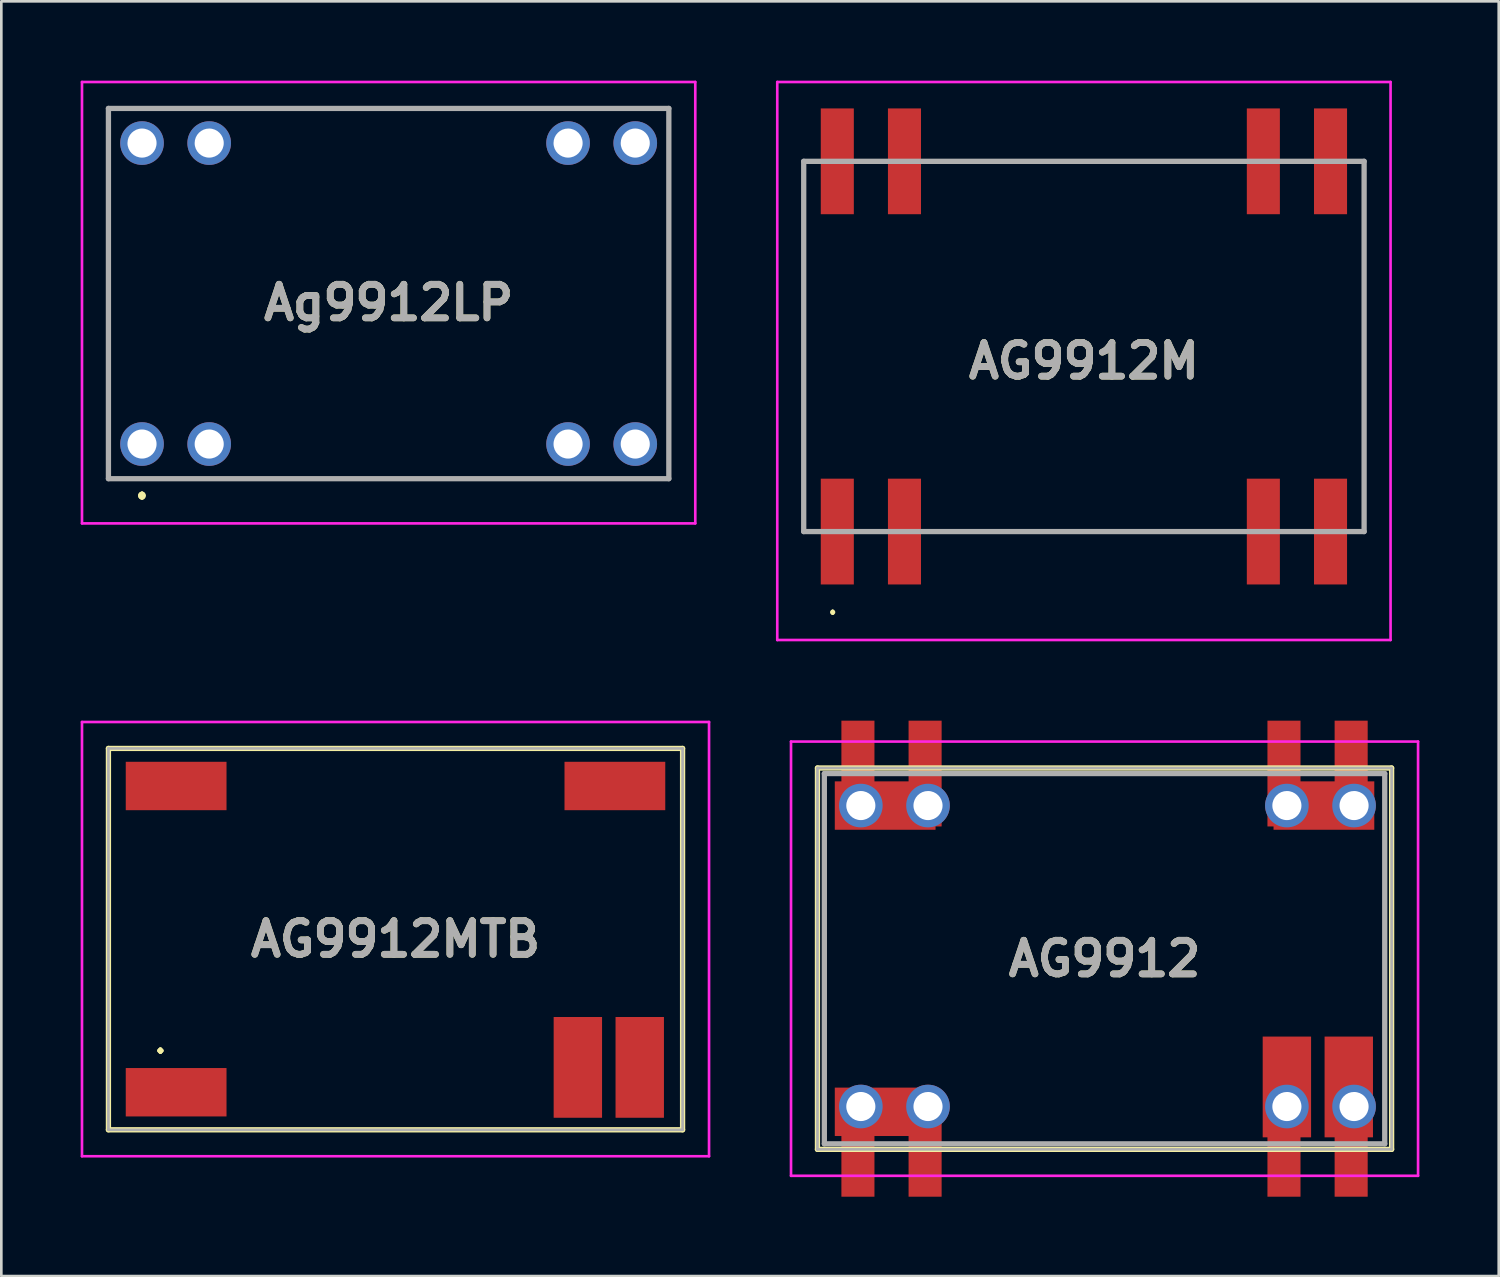
<source format=kicad_pcb>
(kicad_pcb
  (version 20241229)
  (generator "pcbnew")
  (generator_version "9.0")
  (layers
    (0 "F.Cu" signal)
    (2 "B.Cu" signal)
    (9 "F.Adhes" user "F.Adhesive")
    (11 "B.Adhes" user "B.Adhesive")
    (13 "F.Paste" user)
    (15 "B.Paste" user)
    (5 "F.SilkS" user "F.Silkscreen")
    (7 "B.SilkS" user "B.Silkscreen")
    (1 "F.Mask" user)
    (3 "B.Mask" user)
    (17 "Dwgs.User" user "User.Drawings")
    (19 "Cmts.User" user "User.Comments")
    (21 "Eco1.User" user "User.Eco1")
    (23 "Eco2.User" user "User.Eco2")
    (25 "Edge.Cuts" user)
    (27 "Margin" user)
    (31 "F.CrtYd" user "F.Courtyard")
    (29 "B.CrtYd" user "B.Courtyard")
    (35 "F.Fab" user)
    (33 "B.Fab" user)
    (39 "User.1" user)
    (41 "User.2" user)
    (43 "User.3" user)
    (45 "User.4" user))
  (footprint "Ag9912LP"
    (layer "F.Cu")
    (at 2.32 13.74)
    (property "Reference" "Ag9912LP" (at 9.325 -5.345 0) (layer "F.SilkS") (effects (font (size 1.27 1.27) (thickness 0.254))))
    (attr through_hole)
    (fp_line (start -1.27 -12.69) (end -1.27 -12.69) (stroke (width 0.1) (type solid)) (layer "F.SilkS"))
    (fp_line (start -1.27 -12.69) (end -1.27 -12.25) (stroke (width 0.1) (type solid)) (layer "F.SilkS"))
    (fp_line (start -1.27 -12.25) (end -1.27 -12.69) (stroke (width 0.1) (type solid)) (layer "F.SilkS"))
    (fp_line (start -1.27 -12.25) (end -1.27 -12.25) (stroke (width 0.1) (type solid)) (layer "F.SilkS"))
    (fp_line (start -1.27 -10.5) (end -1.27 -10.5) (stroke (width 0.1) (type solid)) (layer "F.SilkS"))
    (fp_line (start -1.27 -10.5) (end -1.27 -1) (stroke (width 0.1) (type solid)) (layer "F.SilkS"))
    (fp_line (start -1.27 -1) (end -1.27 -10.5) (stroke (width 0.1) (type solid)) (layer "F.SilkS"))
    (fp_line (start -1.27 -1) (end -1.27 -1) (stroke (width 0.1) (type solid)) (layer "F.SilkS"))
    (fp_line (start -1.27 1) (end -1.27 1) (stroke (width 0.1) (type solid)) (layer "F.SilkS"))
    (fp_line (start -1.27 1) (end -1.27 1.31) (stroke (width 0.1) (type solid)) (layer "F.SilkS"))
    (fp_line (start -1.27 1.31) (end -1.27 1) (stroke (width 0.1) (type solid)) (layer "F.SilkS"))
    (fp_line (start -1.27 1.31) (end -1.27 1.31) (stroke (width 0.1) (type solid)) (layer "F.SilkS"))
    (fp_line (start -1.27 1.31) (end -1.27 1.31) (stroke (width 0.1) (type solid)) (layer "F.SilkS"))
    (fp_line (start -1.27 1.31) (end -0.75 1.31) (stroke (width 0.1) (type solid)) (layer "F.SilkS"))
    (fp_line (start -1.25 -12.69) (end -1.25 -12.69) (stroke (width 0.1) (type solid)) (layer "F.SilkS"))
    (fp_line (start -1.25 -12.69) (end -1 -12.69) (stroke (width 0.1) (type solid)) (layer "F.SilkS"))
    (fp_line (start -1 -12.69) (end -1.25 -12.69) (stroke (width 0.1) (type solid)) (layer "F.SilkS"))
    (fp_line (start -1 -12.69) (end -1 -12.69) (stroke (width 0.1) (type solid)) (layer "F.SilkS"))
    (fp_line (start -0.75 1.31) (end -1.27 1.31) (stroke (width 0.1) (type solid)) (layer "F.SilkS"))
    (fp_line (start -0.75 1.31) (end -0.75 1.31) (stroke (width 0.1) (type solid)) (layer "F.SilkS"))
    (fp_line (start 0 1.9) (end 0 1.9) (stroke (width 0.2) (type solid)) (layer "F.SilkS"))
    (fp_line (start 0 1.9) (end 0 1.9) (stroke (width 0.2) (type solid)) (layer "F.SilkS"))
    (fp_line (start 0 2) (end 0 2) (stroke (width 0.2) (type solid)) (layer "F.SilkS"))
    (fp_line (start 1 -12.69) (end 1 -12.69) (stroke (width 0.1) (type solid)) (layer "F.SilkS"))
    (fp_line (start 1 -12.69) (end 1.75 -12.69) (stroke (width 0.1) (type solid)) (layer "F.SilkS"))
    (fp_line (start 1 1.31) (end 1 1.31) (stroke (width 0.1) (type solid)) (layer "F.SilkS"))
    (fp_line (start 1 1.31) (end 1.5 1.31) (stroke (width 0.1) (type solid)) (layer "F.SilkS"))
    (fp_line (start 1.5 1.31) (end 1 1.31) (stroke (width 0.1) (type solid)) (layer "F.SilkS"))
    (fp_line (start 1.5 1.31) (end 1.5 1.31) (stroke (width 0.1) (type solid)) (layer "F.SilkS"))
    (fp_line (start 1.75 -12.69) (end 1 -12.69) (stroke (width 0.1) (type solid)) (layer "F.SilkS"))
    (fp_line (start 1.75 -12.69) (end 1.75 -12.69) (stroke (width 0.1) (type solid)) (layer "F.SilkS"))
    (fp_line (start 3.25 -12.69) (end 3.25 -12.69) (stroke (width 0.1) (type solid)) (layer "F.SilkS"))
    (fp_line (start 3.25 -12.69) (end 15.25 -12.69) (stroke (width 0.1) (type solid)) (layer "F.SilkS"))
    (fp_line (start 3.75 1.31) (end 3.75 1.31) (stroke (width 0.1) (type solid)) (layer "F.SilkS"))
    (fp_line (start 3.75 1.31) (end 15.25 1.31) (stroke (width 0.1) (type solid)) (layer "F.SilkS"))
    (fp_line (start 15.25 -12.69) (end 3.25 -12.69) (stroke (width 0.1) (type solid)) (layer "F.SilkS"))
    (fp_line (start 15.25 -12.69) (end 15.25 -12.69) (stroke (width 0.1) (type solid)) (layer "F.SilkS"))
    (fp_line (start 15.25 1.31) (end 3.75 1.31) (stroke (width 0.1) (type solid)) (layer "F.SilkS"))
    (fp_line (start 15.25 1.31) (end 15.25 1.31) (stroke (width 0.1) (type solid)) (layer "F.SilkS"))
    (fp_line (start 17 -12.69) (end 17 -12.69) (stroke (width 0.1) (type solid)) (layer "F.SilkS"))
    (fp_line (start 17 -12.69) (end 17.75 -12.69) (stroke (width 0.1) (type solid)) (layer "F.SilkS"))
    (fp_line (start 17.25 1.31) (end 17.25 1.31) (stroke (width 0.1) (type solid)) (layer "F.SilkS"))
    (fp_line (start 17.25 1.31) (end 17.5 1.31) (stroke (width 0.1) (type solid)) (layer "F.SilkS"))
    (fp_line (start 17.5 1.31) (end 17.25 1.31) (stroke (width 0.1) (type solid)) (layer "F.SilkS"))
    (fp_line (start 17.5 1.31) (end 17.5 1.31) (stroke (width 0.1) (type solid)) (layer "F.SilkS"))
    (fp_line (start 17.75 -12.69) (end 17 -12.69) (stroke (width 0.1) (type solid)) (layer "F.SilkS"))
    (fp_line (start 17.75 -12.69) (end 17.75 -12.69) (stroke (width 0.1) (type solid)) (layer "F.SilkS"))
    (fp_line (start 19.5 -12.69) (end 19.5 -12.69) (stroke (width 0.1) (type solid)) (layer "F.SilkS"))
    (fp_line (start 19.5 -12.69) (end 19.92 -12.69) (stroke (width 0.1) (type solid)) (layer "F.SilkS"))
    (fp_line (start 19.5 1.31) (end 19.5 1.31) (stroke (width 0.1) (type solid)) (layer "F.SilkS"))
    (fp_line (start 19.5 1.31) (end 19.92 1.31) (stroke (width 0.1) (type solid)) (layer "F.SilkS"))
    (fp_line (start 19.92 -12.69) (end 19.5 -12.69) (stroke (width 0.1) (type solid)) (layer "F.SilkS"))
    (fp_line (start 19.92 -12.69) (end 19.92 -12.69) (stroke (width 0.1) (type solid)) (layer "F.SilkS"))
    (fp_line (start 19.92 -12.69) (end 19.92 -12.69) (stroke (width 0.1) (type solid)) (layer "F.SilkS"))
    (fp_line (start 19.92 -12.69) (end 19.92 -12.25) (stroke (width 0.1) (type solid)) (layer "F.SilkS"))
    (fp_line (start 19.92 -12.25) (end 19.92 -12.69) (stroke (width 0.1) (type solid)) (layer "F.SilkS"))
    (fp_line (start 19.92 -12.25) (end 19.92 -12.25) (stroke (width 0.1) (type solid)) (layer "F.SilkS"))
    (fp_line (start 19.92 -10.5) (end 19.92 -10.5) (stroke (width 0.1) (type solid)) (layer "F.SilkS"))
    (fp_line (start 19.92 -10.5) (end 19.92 -1) (stroke (width 0.1) (type solid)) (layer "F.SilkS"))
    (fp_line (start 19.92 -1) (end 19.92 -10.5) (stroke (width 0.1) (type solid)) (layer "F.SilkS"))
    (fp_line (start 19.92 -1) (end 19.92 -1) (stroke (width 0.1) (type solid)) (layer "F.SilkS"))
    (fp_line (start 19.92 1) (end 19.92 1) (stroke (width 0.1) (type solid)) (layer "F.SilkS"))
    (fp_line (start 19.92 1) (end 19.92 1.31) (stroke (width 0.1) (type solid)) (layer "F.SilkS"))
    (fp_line (start 19.92 1.31) (end 19.5 1.31) (stroke (width 0.1) (type solid)) (layer "F.SilkS"))
    (fp_line (start 19.92 1.31) (end 19.92 1) (stroke (width 0.1) (type solid)) (layer "F.SilkS"))
    (fp_line (start 19.92 1.31) (end 19.92 1.31) (stroke (width 0.1) (type solid)) (layer "F.SilkS"))
    (fp_line (start 19.92 1.31) (end 19.92 1.31) (stroke (width 0.1) (type solid)) (layer "F.SilkS"))
    (fp_arc (start 0 1.9) (mid 0.05 1.95) (end 0 2) (stroke (width 0.2) (type solid)) (layer "F.SilkS"))
    (fp_arc (start 0 2) (mid -0.05 1.95) (end 0 1.9) (stroke (width 0.2) (type solid)) (layer "F.SilkS"))
    (fp_arc (start 0 2) (mid -0.05 1.95) (end 0 1.9) (stroke (width 0.2) (type solid)) (layer "F.SilkS"))
    (fp_line (start -2.27 -13.69) (end 20.92 -13.69) (stroke (width 0.1) (type solid)) (layer "F.CrtYd"))
    (fp_line (start -2.27 3) (end -2.27 -13.69) (stroke (width 0.1) (type solid)) (layer "F.CrtYd"))
    (fp_line (start 20.92 -13.69) (end 20.92 3) (stroke (width 0.1) (type solid)) (layer "F.CrtYd"))
    (fp_line (start 20.92 3) (end -2.27 3) (stroke (width 0.1) (type solid)) (layer "F.CrtYd"))
    (fp_line (start -1.27 -12.69) (end -1.27 1.31) (stroke (width 0.2) (type solid)) (layer "F.Fab"))
    (fp_line (start -1.27 1.31) (end 19.92 1.31) (stroke (width 0.2) (type solid)) (layer "F.Fab"))
    (fp_line (start 19.92 -12.69) (end -1.27 -12.69) (stroke (width 0.2) (type solid)) (layer "F.Fab"))
    (fp_line (start 19.92 1.31) (end 19.92 -12.69) (stroke (width 0.2) (type solid)) (layer "F.Fab"))
    (fp_text user "${REFERENCE}" (at 9.325 -5.345 0) (layer "F.Fab") (effects (font (size 1.27 1.27) (thickness 0.254))))
    (pad "1" thru_hole circle (at 0 0) (size 1.65 1.65) (drill 1.1) (layers "*.Cu" "*.Mask"))
    (pad "2" thru_hole circle (at 2.54 0) (size 1.65 1.65) (drill 1.1) (layers "*.Cu" "*.Mask"))
    (pad "3" thru_hole circle (at 16.11 0) (size 1.65 1.65) (drill 1.1) (layers "*.Cu" "*.Mask"))
    (pad "4" thru_hole circle (at 18.65 0) (size 1.65 1.65) (drill 1.1) (layers "*.Cu" "*.Mask"))
    (pad "5" thru_hole circle (at 18.65 -11.38) (size 1.65 1.65) (drill 1.1) (layers "*.Cu" "*.Mask"))
    (pad "6" thru_hole circle (at 16.11 -11.38) (size 1.65 1.65) (drill 1.1) (layers "*.Cu" "*.Mask"))
    (pad "7" thru_hole circle (at 2.54 -11.38) (size 1.65 1.65) (drill 1.1) (layers "*.Cu" "*.Mask"))
    (pad "8" thru_hole circle (at 0 -11.38) (size 1.65 1.65) (drill 1.1) (layers "*.Cu" "*.Mask")))
  (footprint "AG9912MTB"
    (layer "F.Cu")
    (at 11.905 32.46)
    (property "Reference" "AG9912MTB" (at 0 0 0) (layer "F.SilkS") (effects (font (size 1.27 1.27) (thickness 0.254))))
    (attr smd)
    (fp_line (start -10.855 -7.21) (end 10.855 -7.21) (stroke (width 0.2) (type solid)) (layer "F.SilkS"))
    (fp_line (start -10.855 7.21) (end -10.855 -7.21) (stroke (width 0.2) (type solid)) (layer "F.SilkS"))
    (fp_line (start 10.855 -7.21) (end 10.855 7.21) (stroke (width 0.2) (type solid)) (layer "F.SilkS"))
    (fp_line (start 10.855 7.21) (end -10.855 7.21) (stroke (width 0.2) (type solid)) (layer "F.SilkS"))
    (fp_line (start -11.855 -8.21) (end 11.855 -8.21) (stroke (width 0.1) (type solid)) (layer "F.CrtYd"))
    (fp_line (start -11.855 8.21) (end -11.855 -8.21) (stroke (width 0.1) (type solid)) (layer "F.CrtYd"))
    (fp_line (start 11.855 -8.21) (end 11.855 8.21) (stroke (width 0.1) (type solid)) (layer "F.CrtYd"))
    (fp_line (start 11.855 8.21) (end -11.855 8.21) (stroke (width 0.1) (type solid)) (layer "F.CrtYd"))
    (fp_line (start -10.855 -7.21) (end 10.855 -7.21) (stroke (width 0.1) (type solid)) (layer "F.Fab"))
    (fp_line (start -10.855 7.21) (end -10.855 -7.21) (stroke (width 0.1) (type solid)) (layer "F.Fab"))
    (fp_line (start 10.855 -7.21) (end 10.855 7.21) (stroke (width 0.1) (type solid)) (layer "F.Fab"))
    (fp_line (start 10.855 7.21) (end -10.855 7.21) (stroke (width 0.1) (type solid)) (layer "F.Fab"))
    (fp_text user "." (at -8.89 3.81 0) (unlocked yes) (layer "F.SilkS") (effects (font (size 1 1) (thickness 0.15))))
    (fp_text user "${REFERENCE}" (at 0 0 0) (layer "F.Fab") (effects (font (size 1.27 1.27) (thickness 0.254))))
    (pad "1" smd rect (at -8.295 5.79 90) (size 1.83 3.81) (layers "F.Cu" "F.Mask" "F.Paste"))
    (pad "2" smd rect (at 6.895 4.85) (size 1.83 3.81) (layers "F.Cu" "F.Mask" "F.Paste"))
    (pad "3" smd rect (at 9.235 4.85) (size 1.83 3.81) (layers "F.Cu" "F.Mask" "F.Paste"))
    (pad "4" smd rect (at 8.295 -5.79 90) (size 1.83 3.81) (layers "F.Cu" "F.Mask" "F.Paste"))
    (pad "5" smd rect (at -8.295 -5.79 90) (size 1.83 3.81) (layers "F.Cu" "F.Mask" "F.Paste")))
  (footprint "AG9912"
    (layer "F.Cu")
    (at 38.715 33.2)
    (property "Reference" "AG9912" (at 0 0 0) (layer "F.SilkS") (effects (font (size 1.27 1.27) (thickness 0.254))))
    (attr smd)
    (fp_line (start -10.855 -7.21) (end 10.855 -7.21) (stroke (width 0.2) (type solid)) (layer "F.SilkS"))
    (fp_line (start -10.855 7.21) (end -10.855 -7.21) (stroke (width 0.2) (type solid)) (layer "F.SilkS"))
    (fp_line (start -10.595 7) (end -10.595 -7) (stroke (width 0.1) (type solid)) (layer "F.SilkS"))
    (fp_line (start -5.5 -7) (end 5.5 -7) (stroke (width 0.1) (type solid)) (layer "F.SilkS"))
    (fp_line (start -5.5 7) (end 5.5 7) (stroke (width 0.1) (type solid)) (layer "F.SilkS"))
    (fp_line (start 10.595 -7) (end 10.595 7) (stroke (width 0.1) (type solid)) (layer "F.SilkS"))
    (fp_line (start 10.855 -7.21) (end 10.855 7.21) (stroke (width 0.2) (type solid)) (layer "F.SilkS"))
    (fp_line (start 10.855 7.21) (end -10.855 7.21) (stroke (width 0.2) (type solid)) (layer "F.SilkS"))
    (fp_line (start -11.855 -8.21) (end 11.855 -8.21) (stroke (width 0.1) (type solid)) (layer "F.CrtYd"))
    (fp_line (start -11.855 8.21) (end -11.855 -8.21) (stroke (width 0.1) (type solid)) (layer "F.CrtYd"))
    (fp_line (start 11.855 -8.21) (end 11.855 8.21) (stroke (width 0.1) (type solid)) (layer "F.CrtYd"))
    (fp_line (start 11.855 8.21) (end -11.855 8.21) (stroke (width 0.1) (type solid)) (layer "F.CrtYd"))
    (fp_line (start -10.855 -7.21) (end 10.855 -7.21) (stroke (width 0.1) (type solid)) (layer "F.Fab"))
    (fp_line (start -10.855 7.21) (end -10.855 -7.21) (stroke (width 0.1) (type solid)) (layer "F.Fab"))
    (fp_line (start -10.595 -7) (end 10.595 -7) (stroke (width 0.2) (type solid)) (layer "F.Fab"))
    (fp_line (start -10.595 7) (end -10.595 -7) (stroke (width 0.2) (type solid)) (layer "F.Fab"))
    (fp_line (start 10.595 -7) (end 10.595 7) (stroke (width 0.2) (type solid)) (layer "F.Fab"))
    (fp_line (start 10.595 7) (end -10.595 7) (stroke (width 0.2) (type solid)) (layer "F.Fab"))
    (fp_line (start 10.855 -7.21) (end 10.855 7.21) (stroke (width 0.1) (type solid)) (layer "F.Fab"))
    (fp_line (start 10.855 7.21) (end -10.855 7.21) (stroke (width 0.1) (type solid)) (layer "F.Fab"))
    (fp_text user "${REFERENCE}" (at 0 0 0) (layer "F.Fab") (effects (font (size 1.27 1.27) (thickness 0.254))))
    (pad "1" smd rect (at -9.325 7) (size 1.25 4) (layers "F.Cu" "F.Mask" "F.Paste"))
    (pad "1" thru_hole circle (at -9.215 5.59) (size 1.65 1.65) (drill 1.1) (layers "*.Cu" "*.Mask"))
    (pad "1" smd rect (at -8.295 5.79 90) (size 1.83 3.81) (layers "F.Cu" "F.Mask" "F.Paste"))
    (pad "2" smd rect (at -6.785 7) (size 1.25 4) (layers "F.Cu" "F.Mask" "F.Paste"))
    (pad "2" thru_hole circle (at -6.675 5.59) (size 1.65 1.65) (drill 1.1) (layers "*.Cu" "*.Mask"))
    (pad "2" smd rect (at 6.895 4.85) (size 1.83 3.81) (layers "F.Cu" "F.Mask" "F.Paste"))
    (pad "3" smd rect (at 6.785 7) (size 1.25 4) (layers "F.Cu" "F.Mask" "F.Paste"))
    (pad "3" thru_hole circle (at 6.895 5.59) (size 1.65 1.65) (drill 1.1) (layers "*.Cu" "*.Mask"))
    (pad "3" smd rect (at 9.235 4.85) (size 1.83 3.81) (layers "F.Cu" "F.Mask" "F.Paste"))
    (pad "4" smd rect (at 8.295 -5.79 90) (size 1.83 3.81) (layers "F.Cu" "F.Mask" "F.Paste"))
    (pad "4" smd rect (at 9.325 7) (size 1.25 4) (layers "F.Cu" "F.Mask" "F.Paste"))
    (pad "4" thru_hole circle (at 9.435 5.59) (size 1.65 1.65) (drill 1.1) (layers "*.Cu" "*.Mask"))
    (pad "5" smd rect (at -8.295 -5.79 90) (size 1.83 3.81) (layers "F.Cu" "F.Mask" "F.Paste"))
    (pad "5" smd rect (at 9.325 -7) (size 1.25 4) (layers "F.Cu" "F.Mask" "F.Paste"))
    (pad "5" thru_hole circle (at 9.435 -5.79) (size 1.65 1.65) (drill 1.1) (layers "*.Cu" "*.Mask"))
    (pad "6" smd rect (at 6.785 -7) (size 1.25 4) (layers "F.Cu" "F.Mask" "F.Paste"))
    (pad "6" thru_hole circle (at 6.895 -5.79) (size 1.65 1.65) (drill 1.1) (layers "*.Cu" "*.Mask"))
    (pad "7" smd rect (at -6.785 -7) (size 1.25 4) (layers "F.Cu" "F.Mask" "F.Paste"))
    (pad "7" thru_hole circle (at -6.675 -5.79) (size 1.65 1.65) (drill 1.1) (layers "*.Cu" "*.Mask"))
    (pad "8" smd rect (at -9.325 -7) (size 1.25 4) (layers "F.Cu" "F.Mask" "F.Paste"))
    (pad "8" thru_hole circle (at -9.215 -5.79) (size 1.65 1.65) (drill 1.1) (layers "*.Cu" "*.Mask")))
  (footprint "AG9912M"
    (layer "F.Cu")
    (at 37.935 10.05)
    (property "Reference" "AG9912M" (at 0 0.55 0) (layer "F.SilkS") (effects (font (size 1.27 1.27) (thickness 0.254))))
    (attr smd)
    (fp_line (start -10.595 7) (end -10.595 -7) (stroke (width 0.1) (type solid)) (layer "F.SilkS"))
    (fp_line (start -9.5 10) (end -9.5 10) (stroke (width 0.1) (type solid)) (layer "F.SilkS"))
    (fp_line (start -9.5 10.1) (end -9.5 10.1) (stroke (width 0.1) (type solid)) (layer "F.SilkS"))
    (fp_line (start -5.5 -7) (end 5.5 -7) (stroke (width 0.1) (type solid)) (layer "F.SilkS"))
    (fp_line (start -5.5 7) (end 5.5 7) (stroke (width 0.1) (type solid)) (layer "F.SilkS"))
    (fp_line (start 10.595 -7) (end 10.595 7) (stroke (width 0.1) (type solid)) (layer "F.SilkS"))
    (fp_arc (start -9.5 10) (mid -9.45 10.05) (end -9.5 10.1) (stroke (width 0.1) (type solid)) (layer "F.SilkS"))
    (fp_arc (start -9.5 10.1) (mid -9.55 10.05) (end -9.5 10) (stroke (width 0.1) (type solid)) (layer "F.SilkS"))
    (fp_line (start -11.595 -10) (end 11.595 -10) (stroke (width 0.1) (type solid)) (layer "F.CrtYd"))
    (fp_line (start -11.595 11.1) (end -11.595 -10) (stroke (width 0.1) (type solid)) (layer "F.CrtYd"))
    (fp_line (start 11.595 -10) (end 11.595 11.1) (stroke (width 0.1) (type solid)) (layer "F.CrtYd"))
    (fp_line (start 11.595 11.1) (end -11.595 11.1) (stroke (width 0.1) (type solid)) (layer "F.CrtYd"))
    (fp_line (start -10.595 -7) (end 10.595 -7) (stroke (width 0.2) (type solid)) (layer "F.Fab"))
    (fp_line (start -10.595 7) (end -10.595 -7) (stroke (width 0.2) (type solid)) (layer "F.Fab"))
    (fp_line (start 10.595 -7) (end 10.595 7) (stroke (width 0.2) (type solid)) (layer "F.Fab"))
    (fp_line (start 10.595 7) (end -10.595 7) (stroke (width 0.2) (type solid)) (layer "F.Fab"))
    (fp_text user "${REFERENCE}" (at 0 0.55 0) (layer "F.Fab") (effects (font (size 1.27 1.27) (thickness 0.254))))
    (pad "1" smd rect (at -9.325 7) (size 1.25 4) (layers "F.Cu" "F.Mask" "F.Paste"))
    (pad "2" smd rect (at -6.785 7) (size 1.25 4) (layers "F.Cu" "F.Mask" "F.Paste"))
    (pad "3" smd rect (at 6.785 7) (size 1.25 4) (layers "F.Cu" "F.Mask" "F.Paste"))
    (pad "4" smd rect (at 9.325 7) (size 1.25 4) (layers "F.Cu" "F.Mask" "F.Paste"))
    (pad "5" smd rect (at 9.325 -7) (size 1.25 4) (layers "F.Cu" "F.Mask" "F.Paste"))
    (pad "6" smd rect (at 6.785 -7) (size 1.25 4) (layers "F.Cu" "F.Mask" "F.Paste"))
    (pad "7" smd rect (at -6.785 -7) (size 1.25 4) (layers "F.Cu" "F.Mask" "F.Paste"))
    (pad "8" smd rect (at -9.325 -7) (size 1.25 4) (layers "F.Cu" "F.Mask" "F.Paste")))
  (gr_rect
    (start -3 -3)
    (end 53.62 45.2)
    (stroke (width 0.1) (type default))
    (fill no)
    (layer "Edge.Cuts")))
</source>
